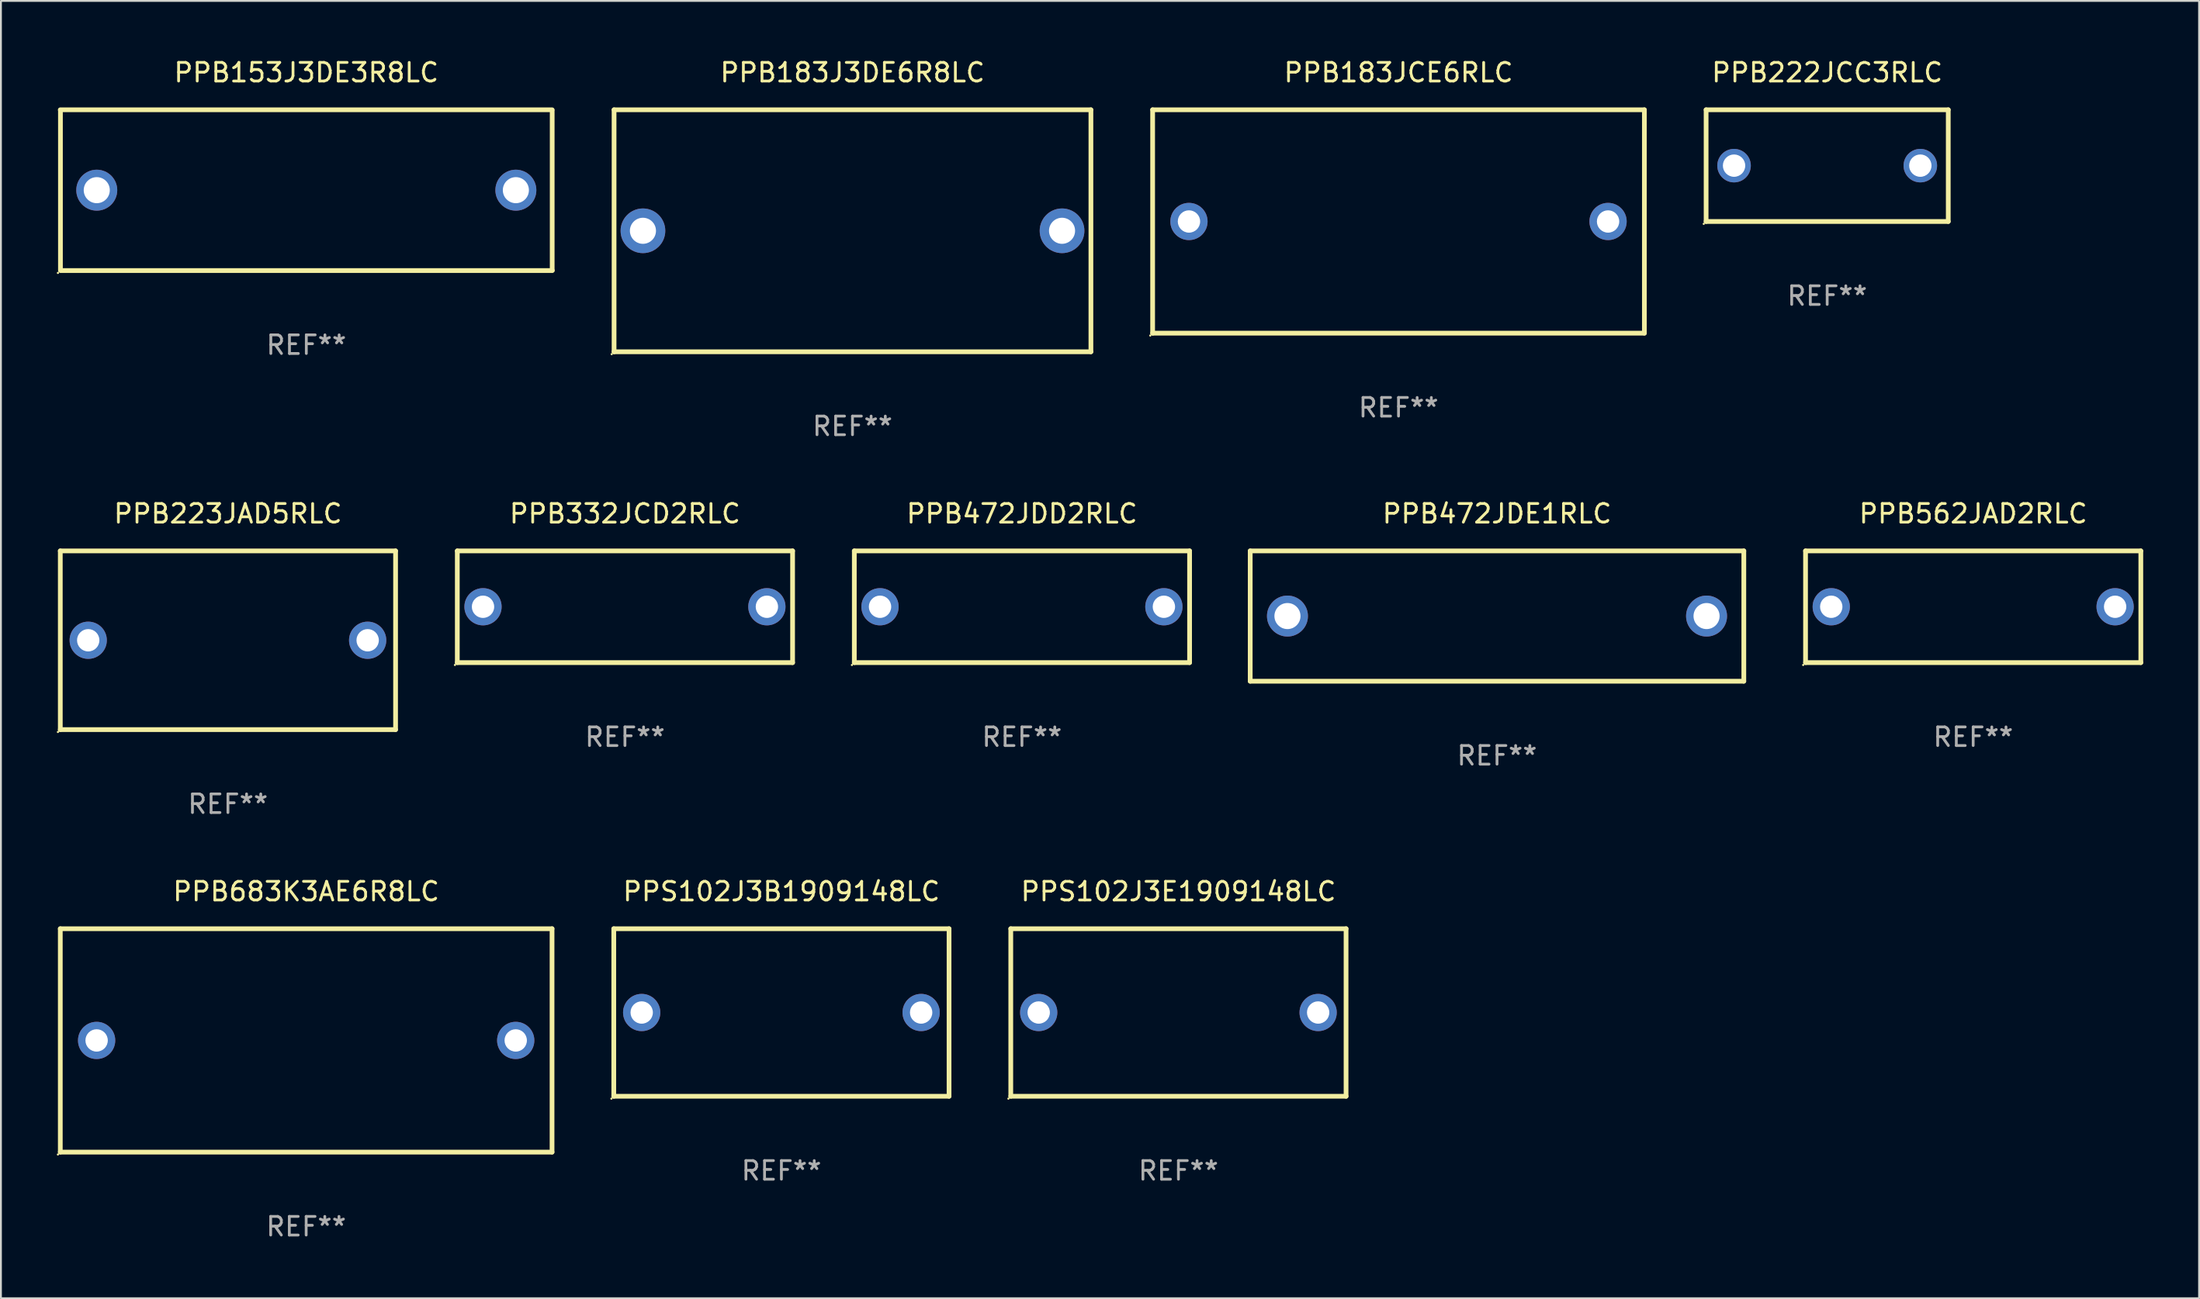
<source format=kicad_pcb>
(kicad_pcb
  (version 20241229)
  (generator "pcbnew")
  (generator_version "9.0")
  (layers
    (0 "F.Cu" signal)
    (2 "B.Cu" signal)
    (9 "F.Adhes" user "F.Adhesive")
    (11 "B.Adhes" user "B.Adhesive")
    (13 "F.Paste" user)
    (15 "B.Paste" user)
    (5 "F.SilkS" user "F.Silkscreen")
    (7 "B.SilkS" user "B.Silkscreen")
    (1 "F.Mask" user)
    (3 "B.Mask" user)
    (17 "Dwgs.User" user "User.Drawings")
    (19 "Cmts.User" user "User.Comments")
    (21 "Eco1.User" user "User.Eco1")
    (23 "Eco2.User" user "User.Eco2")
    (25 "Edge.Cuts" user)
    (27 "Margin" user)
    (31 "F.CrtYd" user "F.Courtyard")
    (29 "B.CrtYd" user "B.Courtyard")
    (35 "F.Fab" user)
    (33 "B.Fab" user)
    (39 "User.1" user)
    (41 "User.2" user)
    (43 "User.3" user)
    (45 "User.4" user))
  (footprint "PPS102J3B1909148LC"
    (layer "F.Cu")
    (at 38.901 51.342)
    (property "Reference" "PPS102J3B1909148LC" (at 0 -6.5 0) (layer "F.SilkS") (effects (font (size 1 1) (thickness 0.15))))
    (attr through_hole)
    (fp_line (start -9 -4.5) (end -9 4.5) (stroke (width 0.254) (type solid)) (layer "F.SilkS"))
    (fp_line (start -9 -4.5) (end 9 -4.5) (stroke (width 0.254) (type solid)) (layer "F.SilkS"))
    (fp_line (start 9 4.5) (end -9 4.5) (stroke (width 0.254) (type solid)) (layer "F.SilkS"))
    (fp_line (start 9 4.5) (end 9 -4.5) (stroke (width 0.254) (type solid)) (layer "F.SilkS"))
    (fp_circle (center -9.127 4.627) (end -9.097 4.627) (stroke (width 0.06) (type solid)) (fill no) (layer "F.SilkS"))
    (fp_text user "REF**" (at 0 8.5 0) (layer "F.Fab") (effects (font (size 1 1) (thickness 0.15))))
    (pad "1" thru_hole circle (at -7.501 -0.000127) (size 2 2) (drill 1.2) (layers "*.Cu" "*.Mask"))
    (pad "2" thru_hole circle (at 7.501 -0.000127) (size 2 2) (drill 1.2) (layers "*.Cu" "*.Mask")))
  (footprint "PPS102J3E1909148LC"
    (layer "F.Cu")
    (at 60.215 51.342)
    (property "Reference" "PPS102J3E1909148LC" (at 0 -6.5 0) (layer "F.SilkS") (effects (font (size 1 1) (thickness 0.15))))
    (attr through_hole)
    (fp_line (start -9 -4.5) (end -9 4.5) (stroke (width 0.254) (type solid)) (layer "F.SilkS"))
    (fp_line (start -9 -4.5) (end 9 -4.5) (stroke (width 0.254) (type solid)) (layer "F.SilkS"))
    (fp_line (start 9 4.5) (end -9 4.5) (stroke (width 0.254) (type solid)) (layer "F.SilkS"))
    (fp_line (start 9 4.5) (end 9 -4.5) (stroke (width 0.254) (type solid)) (layer "F.SilkS"))
    (fp_circle (center -9.127 4.627) (end -9.097 4.627) (stroke (width 0.06) (type solid)) (fill no) (layer "F.SilkS"))
    (fp_text user "REF**" (at 0 8.5 0) (layer "F.Fab") (effects (font (size 1 1) (thickness 0.15))))
    (pad "1" thru_hole circle (at -7.501 -0.000127) (size 2 2) (drill 1.2) (layers "*.Cu" "*.Mask"))
    (pad "2" thru_hole circle (at 7.501 -0.000127) (size 2 2) (drill 1.2) (layers "*.Cu" "*.Mask")))
  (footprint "PPB472JDD2RLC"
    (layer "F.Cu")
    (at 51.815 29.545)
    (property "Reference" "PPB472JDD2RLC" (at 0 -5 0) (layer "F.SilkS") (effects (font (size 1 1) (thickness 0.15))))
    (attr through_hole)
    (fp_line (start -9 -3) (end 9 -3) (stroke (width 0.254) (type solid)) (layer "F.SilkS"))
    (fp_line (start -9 3) (end -9 -3) (stroke (width 0.254) (type solid)) (layer "F.SilkS"))
    (fp_line (start 9 -3) (end 9 3) (stroke (width 0.254) (type solid)) (layer "F.SilkS"))
    (fp_line (start 9 3) (end -9 3) (stroke (width 0.254) (type solid)) (layer "F.SilkS"))
    (fp_circle (center -9.127 3.127) (end -9.097 3.127) (stroke (width 0.06) (type solid)) (fill no) (layer "F.SilkS"))
    (fp_text user "REF**" (at 0 7 0) (layer "F.Fab") (effects (font (size 1 1) (thickness 0.15))))
    (pad "1" thru_hole circle (at -7.62 0) (size 2 2) (drill 1.2) (layers "*.Cu" "*.Mask"))
    (pad "2" thru_hole circle (at 7.62 0) (size 2 2) (drill 1.2) (layers "*.Cu" "*.Mask")))
  (footprint "PPB222JCC3RLC"
    (layer "F.Cu")
    (at 95.045 5.848)
    (property "Reference" "PPB222JCC3RLC" (at 0 -5 0) (layer "F.SilkS") (effects (font (size 1 1) (thickness 0.15))))
    (attr through_hole)
    (fp_line (start -6.5 -3) (end 6.5 -3) (stroke (width 0.254) (type solid)) (layer "F.SilkS"))
    (fp_line (start -6.5 3) (end -6.5 -3) (stroke (width 0.254) (type solid)) (layer "F.SilkS"))
    (fp_line (start -6.5 3) (end 6.5 3) (stroke (width 0.254) (type solid)) (layer "F.SilkS"))
    (fp_line (start 6.5 -3) (end 6.5 3) (stroke (width 0.254) (type solid)) (layer "F.SilkS"))
    (fp_circle (center -6.627 3.127) (end -6.597 3.127) (stroke (width 0.06) (type solid)) (fill no) (layer "F.SilkS"))
    (fp_text user "REF**" (at 0 7 0) (layer "F.Fab") (effects (font (size 1 1) (thickness 0.15))))
    (pad "1" thru_hole circle (at -5 0) (size 1.8 1.8) (drill 1.2) (layers "*.Cu" "*.Mask"))
    (pad "2" thru_hole circle (at 5 0) (size 1.8 1.8) (drill 1.2) (layers "*.Cu" "*.Mask")))
  (footprint "PPB332JCD2RLC"
    (layer "F.Cu")
    (at 30.501 29.545)
    (property "Reference" "PPB332JCD2RLC" (at 0 -5 0) (layer "F.SilkS") (effects (font (size 1 1) (thickness 0.15))))
    (attr through_hole)
    (fp_line (start -9 -3) (end 9 -3) (stroke (width 0.254) (type solid)) (layer "F.SilkS"))
    (fp_line (start -9 3) (end -9 -3) (stroke (width 0.254) (type solid)) (layer "F.SilkS"))
    (fp_line (start 9 -3) (end 9 3) (stroke (width 0.254) (type solid)) (layer "F.SilkS"))
    (fp_line (start 9 3) (end -9 3) (stroke (width 0.254) (type solid)) (layer "F.SilkS"))
    (fp_circle (center -9.127 3.127) (end -9.097 3.127) (stroke (width 0.06) (type solid)) (fill no) (layer "F.SilkS"))
    (fp_text user "REF**" (at 0 7 0) (layer "F.Fab") (effects (font (size 1 1) (thickness 0.15))))
    (pad "1" thru_hole circle (at -7.62 0) (size 2 2) (drill 1.2) (layers "*.Cu" "*.Mask"))
    (pad "2" thru_hole circle (at 7.62 0) (size 2 2) (drill 1.2) (layers "*.Cu" "*.Mask")))
  (footprint "PPB183J3DE6R8LC"
    (layer "F.Cu")
    (at 42.717 9.348)
    (property "Reference" "PPB183J3DE6R8LC" (at 0 -8.5 0) (layer "F.SilkS") (effects (font (size 1 1) (thickness 0.15))))
    (attr through_hole)
    (fp_line (start -12.8 -6.5) (end -12.8 6.5) (stroke (width 0.254) (type solid)) (layer "F.SilkS"))
    (fp_line (start -12.8 -6.5) (end 12.8 -6.5) (stroke (width 0.254) (type solid)) (layer "F.SilkS"))
    (fp_line (start -12.8 6.5) (end 12.8 6.5) (stroke (width 0.254) (type solid)) (layer "F.SilkS"))
    (fp_line (start 12.8 -6.5) (end 12.8 6.5) (stroke (width 0.254) (type solid)) (layer "F.SilkS"))
    (fp_circle (center -12.927 6.627) (end -12.897 6.627) (stroke (width 0.06) (type solid)) (fill no) (layer "F.SilkS"))
    (fp_text user "REF**" (at 0 10.5 0) (layer "F.Fab") (effects (font (size 1 1) (thickness 0.15))))
    (pad "1" thru_hole circle (at -11.25 0) (size 2.4 2.4) (drill 1.4) (layers "*.Cu" "*.Mask"))
    (pad "2" thru_hole circle (at 11.25 0) (size 2.4 2.4) (drill 1.4) (layers "*.Cu" "*.Mask")))
  (footprint "PPB153J3DE3R8LC"
    (layer "F.Cu")
    (at 13.395 7.166)
    (property "Reference" "PPB153J3DE3R8LC" (at 0 -6.318 0) (layer "F.SilkS") (effects (font (size 1 1) (thickness 0.15))))
    (attr through_hole)
    (fp_line (start -13.208 -4.318) (end 13.193 -4.318) (stroke (width 0.254) (type solid)) (layer "F.SilkS"))
    (fp_line (start -13.2 4.3) (end -13.2 -4.3) (stroke (width 0.254) (type solid)) (layer "F.SilkS"))
    (fp_line (start 13.2 -4.3) (end 13.2 4.3) (stroke (width 0.254) (type solid)) (layer "F.SilkS"))
    (fp_line (start 13.208 4.318) (end -13.193 4.318) (stroke (width 0.254) (type solid)) (layer "F.SilkS"))
    (fp_circle (center -13.335 4.445) (end -13.305 4.445) (stroke (width 0.06) (type solid)) (fill no) (layer "F.SilkS"))
    (fp_text user "REF**" (at 0 8.318 0) (layer "F.Fab") (effects (font (size 1 1) (thickness 0.15))))
    (pad "1" thru_hole circle (at -11.25 0) (size 2.2 2.2) (drill 1.4) (layers "*.Cu" "*.Mask"))
    (pad "2" thru_hole circle (at 11.25 0) (size 2.2 2.2) (drill 1.4) (layers "*.Cu" "*.Mask")))
  (footprint "PPB472JDE1RLC"
    (layer "F.Cu")
    (at 77.319 30.045)
    (property "Reference" "PPB472JDE1RLC" (at 0 -5.5 0) (layer "F.SilkS") (effects (font (size 1 1) (thickness 0.15))))
    (attr through_hole)
    (fp_line (start -13.25 -3.5) (end -13.25 3.5) (stroke (width 0.254) (type solid)) (layer "F.SilkS"))
    (fp_line (start -13.25 -3.5) (end 13.25 -3.5) (stroke (width 0.254) (type solid)) (layer "F.SilkS"))
    (fp_line (start 13.25 -3.5) (end 13.25 3.5) (stroke (width 0.254) (type solid)) (layer "F.SilkS"))
    (fp_line (start 13.25 3.5) (end -13.25 3.5) (stroke (width 0.254) (type solid)) (layer "F.SilkS"))
    (fp_circle (center -13.15 3.5) (end -13.12 3.5) (stroke (width 0.06) (type solid)) (fill no) (layer "F.SilkS"))
    (fp_text user "REF**" (at 0 7.5 0) (layer "F.Fab") (effects (font (size 1 1) (thickness 0.15))))
    (pad "1" thru_hole circle (at -11.25 0) (size 2.2 2.2) (drill 1.4) (layers "*.Cu" "*.Mask"))
    (pad "2" thru_hole circle (at 11.25 0) (size 2.2 2.2) (drill 1.4) (layers "*.Cu" "*.Mask")))
  (footprint "PPB562JAD2RLC"
    (layer "F.Cu")
    (at 102.883 29.545)
    (property "Reference" "PPB562JAD2RLC" (at 0 -5 0) (layer "F.SilkS") (effects (font (size 1 1) (thickness 0.15))))
    (attr through_hole)
    (fp_line (start -9 -3) (end 9 -3) (stroke (width 0.254) (type solid)) (layer "F.SilkS"))
    (fp_line (start -9 3) (end -9 -3) (stroke (width 0.254) (type solid)) (layer "F.SilkS"))
    (fp_line (start 9 -3) (end 9 3) (stroke (width 0.254) (type solid)) (layer "F.SilkS"))
    (fp_line (start 9 3) (end -9 3) (stroke (width 0.254) (type solid)) (layer "F.SilkS"))
    (fp_circle (center -9.127 3.127) (end -9.097 3.127) (stroke (width 0.06) (type solid)) (fill no) (layer "F.SilkS"))
    (fp_text user "REF**" (at 0 7 0) (layer "F.Fab") (effects (font (size 1 1) (thickness 0.15))))
    (pad "1" thru_hole circle (at -7.62 0) (size 2 2) (drill 1.2) (layers "*.Cu" "*.Mask"))
    (pad "2" thru_hole circle (at 7.62 0) (size 2 2) (drill 1.2) (layers "*.Cu" "*.Mask")))
  (footprint "PPB223JAD5RLC"
    (layer "F.Cu")
    (at 9.187 31.345)
    (property "Reference" "PPB223JAD5RLC" (at 0 -6.8 0) (layer "F.SilkS") (effects (font (size 1 1) (thickness 0.15))))
    (attr through_hole)
    (fp_line (start -9 -4.8) (end 9 -4.8) (stroke (width 0.254) (type solid)) (layer "F.SilkS"))
    (fp_line (start -9 4.8) (end -9 -4.8) (stroke (width 0.254) (type solid)) (layer "F.SilkS"))
    (fp_line (start 9 -4.8) (end 9 4.8) (stroke (width 0.254) (type solid)) (layer "F.SilkS"))
    (fp_line (start 9 4.8) (end -9 4.8) (stroke (width 0.254) (type solid)) (layer "F.SilkS"))
    (fp_circle (center -9.127 4.927) (end -9.097 4.927) (stroke (width 0.06) (type solid)) (fill no) (layer "F.SilkS"))
    (fp_text user "REF**" (at 0 8.8 0) (layer "F.Fab") (effects (font (size 1 1) (thickness 0.15))))
    (pad "1" thru_hole circle (at -7.501 0) (size 2 2) (drill 1.2) (layers "*.Cu" "*.Mask"))
    (pad "2" thru_hole circle (at 7.501 0) (size 2 2) (drill 1.2) (layers "*.Cu" "*.Mask")))
  (footprint "PPB183JCE6RLC"
    (layer "F.Cu")
    (at 72.031 8.848)
    (property "Reference" "PPB183JCE6RLC" (at 0 -8 0) (layer "F.SilkS") (effects (font (size 1 1) (thickness 0.15))))
    (attr through_hole)
    (fp_line (start -13.2 -6) (end 13.2 -6) (stroke (width 0.254) (type solid)) (layer "F.SilkS"))
    (fp_line (start -13.2 6) (end -13.2 -6) (stroke (width 0.254) (type solid)) (layer "F.SilkS"))
    (fp_line (start -13.2 6) (end 13.2 6) (stroke (width 0.254) (type solid)) (layer "F.SilkS"))
    (fp_line (start 13.2 -6) (end 13.2 6) (stroke (width 0.254) (type solid)) (layer "F.SilkS"))
    (fp_circle (center -13.327 6.127) (end -13.297 6.127) (stroke (width 0.06) (type solid)) (fill no) (layer "F.SilkS"))
    (fp_text user "REF**" (at 0 10 0) (layer "F.Fab") (effects (font (size 1 1) (thickness 0.15))))
    (pad "1" thru_hole circle (at -11.25 0) (size 2 2) (drill 1.2) (layers "*.Cu" "*.Mask"))
    (pad "2" thru_hole circle (at 11.25 0) (size 2 2) (drill 1.2) (layers "*.Cu" "*.Mask")))
  (footprint "PPB683K3AE6R8LC"
    (layer "F.Cu")
    (at 13.387 52.842)
    (property "Reference" "PPB683K3AE6R8LC" (at 0 -8 0) (layer "F.SilkS") (effects (font (size 1 1) (thickness 0.15))))
    (attr through_hole)
    (fp_line (start -13.2 -6) (end 13.2 -6) (stroke (width 0.254) (type solid)) (layer "F.SilkS"))
    (fp_line (start -13.2 6) (end -13.2 -6) (stroke (width 0.254) (type solid)) (layer "F.SilkS"))
    (fp_line (start -13.2 6) (end 13.2 6) (stroke (width 0.254) (type solid)) (layer "F.SilkS"))
    (fp_line (start 13.2 -6) (end 13.2 6) (stroke (width 0.254) (type solid)) (layer "F.SilkS"))
    (fp_circle (center -13.327 6.127) (end -13.297 6.127) (stroke (width 0.06) (type solid)) (fill no) (layer "F.SilkS"))
    (fp_text user "REF**" (at 0 10 0) (layer "F.Fab") (effects (font (size 1 1) (thickness 0.15))))
    (pad "1" thru_hole circle (at -11.25 0) (size 2 2) (drill 1.2) (layers "*.Cu" "*.Mask"))
    (pad "2" thru_hole circle (at 11.25 0) (size 2 2) (drill 1.2) (layers "*.Cu" "*.Mask")))
  (gr_rect
    (start -3 -3)
    (end 115.01 66.69)
    (stroke (width 0.1) (type default))
    (fill no)
    (layer "Edge.Cuts")))
</source>
